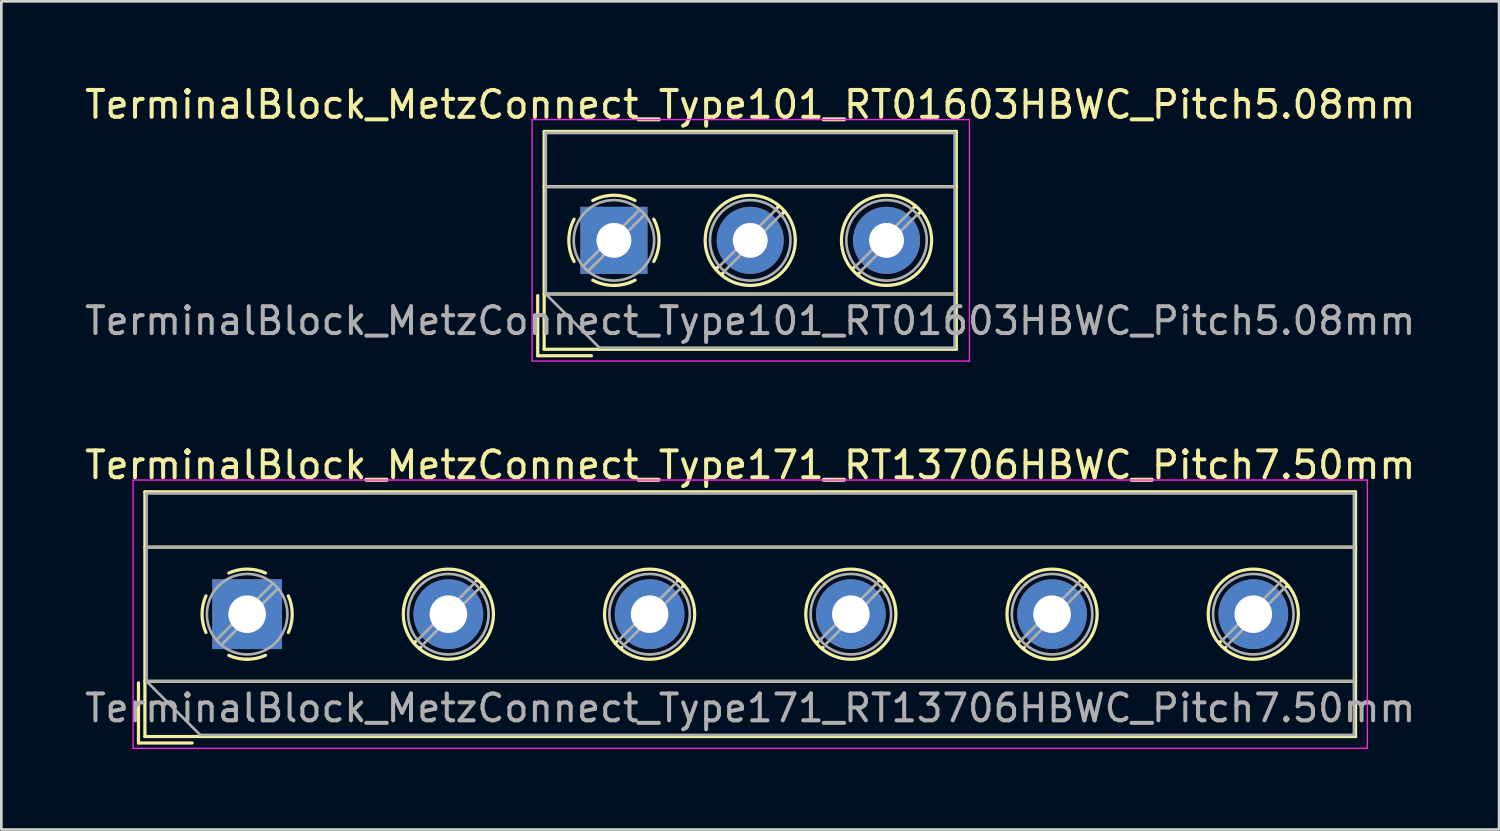
<source format=kicad_pcb>
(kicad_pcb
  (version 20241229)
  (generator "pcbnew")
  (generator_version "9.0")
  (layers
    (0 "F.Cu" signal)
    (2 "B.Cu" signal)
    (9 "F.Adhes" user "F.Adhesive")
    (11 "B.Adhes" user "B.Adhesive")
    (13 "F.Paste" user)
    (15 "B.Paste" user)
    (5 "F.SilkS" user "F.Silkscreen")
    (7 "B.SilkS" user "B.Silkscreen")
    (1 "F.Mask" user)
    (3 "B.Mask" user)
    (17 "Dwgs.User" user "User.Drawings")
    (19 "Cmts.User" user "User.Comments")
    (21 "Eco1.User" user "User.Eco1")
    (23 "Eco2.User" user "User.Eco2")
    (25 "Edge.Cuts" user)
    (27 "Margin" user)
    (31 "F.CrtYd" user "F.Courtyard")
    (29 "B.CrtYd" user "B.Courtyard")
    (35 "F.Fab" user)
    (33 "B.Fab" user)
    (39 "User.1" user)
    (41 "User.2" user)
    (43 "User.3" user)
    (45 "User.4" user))
  (footprint "TerminalBlock_MetzConnect_Type101_RT01603HBWC_Pitch5.08mm"
    (layer "F.Cu")
    (at 19.831 5.908)
    (property "Reference" "TerminalBlock_MetzConnect_Type101_RT01603HBWC_Pitch5.08mm" (at 5.08 -5.06 0) (layer "F.SilkS") (effects (font (size 1 1) (thickness 0.15))))
    (attr through_hole)
    (fp_line (start -2.84 2.06) (end -2.84 4.3) (stroke (width 0.12) (type solid)) (layer "F.SilkS"))
    (fp_line (start -2.84 4.3) (end -0.84 4.3) (stroke (width 0.12) (type solid)) (layer "F.SilkS"))
    (fp_line (start -2.6 -4.06) (end -2.6 4.06) (stroke (width 0.12) (type solid)) (layer "F.SilkS"))
    (fp_line (start -2.6 -2) (end 12.76 -2) (stroke (width 0.12) (type solid)) (layer "F.SilkS"))
    (fp_line (start -2.6 2) (end 12.76 2) (stroke (width 0.12) (type solid)) (layer "F.SilkS"))
    (fp_line (start -2.6 4.06) (end 12.76 4.06) (stroke (width 0.12) (type solid)) (layer "F.SilkS"))
    (fp_line (start 3.9 0.976) (end 3.806 1.069) (stroke (width 0.12) (type solid)) (layer "F.SilkS"))
    (fp_line (start 4.07 1.216) (end 4.011 1.274) (stroke (width 0.12) (type solid)) (layer "F.SilkS"))
    (fp_line (start 6.15 -1.275) (end 6.091 -1.216) (stroke (width 0.12) (type solid)) (layer "F.SilkS"))
    (fp_line (start 6.355 -1.069) (end 6.261 -0.976) (stroke (width 0.12) (type solid)) (layer "F.SilkS"))
    (fp_line (start 8.98 0.976) (end 8.886 1.069) (stroke (width 0.12) (type solid)) (layer "F.SilkS"))
    (fp_line (start 9.15 1.216) (end 9.091 1.274) (stroke (width 0.12) (type solid)) (layer "F.SilkS"))
    (fp_line (start 11.23 -1.275) (end 11.171 -1.216) (stroke (width 0.12) (type solid)) (layer "F.SilkS"))
    (fp_line (start 11.435 -1.069) (end 11.341 -0.976) (stroke (width 0.12) (type solid)) (layer "F.SilkS"))
    (fp_line (start 12.76 -4.06) (end -2.6 -4.06) (stroke (width 0.12) (type solid)) (layer "F.SilkS"))
    (fp_line (start 12.76 4.06) (end 12.76 -4.06) (stroke (width 0.12) (type solid)) (layer "F.SilkS"))
    (fp_arc (start -1.483953 0.789089) (mid -1.680708 0.00005) (end -1.484 -0.789) (stroke (width 0.12) (type solid)) (layer "F.SilkS"))
    (fp_arc (start -0.789089 -1.483953) (mid -0.00005 -1.680708) (end 0.789 -1.484) (stroke (width 0.12) (type solid)) (layer "F.SilkS"))
    (fp_arc (start 0.029383 1.68045) (mid -0.392304 1.634281) (end -0.789 1.484) (stroke (width 0.12) (type solid)) (layer "F.SilkS"))
    (fp_arc (start 0.788712 1.483352) (mid 0.406429 1.630097) (end 0 1.68) (stroke (width 0.12) (type solid)) (layer "F.SilkS"))
    (fp_arc (start 1.483953 -0.789089) (mid 1.680708 -0.00005) (end 1.484 0.789) (stroke (width 0.12) (type solid)) (layer "F.SilkS"))
    (fp_circle (center 5.08 0) (end 6.76 0) (stroke (width 0.12) (type solid)) (fill no) (layer "F.SilkS"))
    (fp_circle (center 10.16 0) (end 11.84 0) (stroke (width 0.12) (type solid)) (fill no) (layer "F.SilkS"))
    (fp_line (start -3.05 -4.5) (end -3.05 4.5) (stroke (width 0.05) (type solid)) (layer "F.CrtYd"))
    (fp_line (start -3.05 4.5) (end 13.25 4.5) (stroke (width 0.05) (type solid)) (layer "F.CrtYd"))
    (fp_line (start 13.25 -4.5) (end -3.05 -4.5) (stroke (width 0.05) (type solid)) (layer "F.CrtYd"))
    (fp_line (start 13.25 4.5) (end 13.25 -4.5) (stroke (width 0.05) (type solid)) (layer "F.CrtYd"))
    (fp_line (start -2.54 -4) (end 12.7 -4) (stroke (width 0.1) (type solid)) (layer "F.Fab"))
    (fp_line (start -2.54 -2) (end 12.7 -2) (stroke (width 0.1) (type solid)) (layer "F.Fab"))
    (fp_line (start -2.54 2) (end -2.54 -4) (stroke (width 0.1) (type solid)) (layer "F.Fab"))
    (fp_line (start -2.54 2) (end 12.7 2) (stroke (width 0.1) (type solid)) (layer "F.Fab"))
    (fp_line (start -0.54 4) (end -2.54 2) (stroke (width 0.1) (type solid)) (layer "F.Fab"))
    (fp_line (start 0.955 -1.138) (end -1.138 0.955) (stroke (width 0.1) (type solid)) (layer "F.Fab"))
    (fp_line (start 1.138 -0.955) (end -0.955 1.138) (stroke (width 0.1) (type solid)) (layer "F.Fab"))
    (fp_line (start 6.035 -1.138) (end 3.943 0.955) (stroke (width 0.1) (type solid)) (layer "F.Fab"))
    (fp_line (start 6.218 -0.955) (end 4.126 1.138) (stroke (width 0.1) (type solid)) (layer "F.Fab"))
    (fp_line (start 11.115 -1.138) (end 9.023 0.955) (stroke (width 0.1) (type solid)) (layer "F.Fab"))
    (fp_line (start 11.298 -0.955) (end 9.206 1.138) (stroke (width 0.1) (type solid)) (layer "F.Fab"))
    (fp_line (start 12.7 -4) (end 12.7 4) (stroke (width 0.1) (type solid)) (layer "F.Fab"))
    (fp_line (start 12.7 4) (end -0.54 4) (stroke (width 0.1) (type solid)) (layer "F.Fab"))
    (fp_circle (center 0 0) (end 1.5 0) (stroke (width 0.1) (type solid)) (fill no) (layer "F.Fab"))
    (fp_circle (center 5.08 0) (end 6.58 0) (stroke (width 0.1) (type solid)) (fill no) (layer "F.Fab"))
    (fp_circle (center 10.16 0) (end 11.66 0) (stroke (width 0.1) (type solid)) (fill no) (layer "F.Fab"))
    (fp_text user "${REFERENCE}" (at 5.08 3 0) (layer "F.Fab") (effects (font (size 1 1) (thickness 0.15))))
    (pad "1" thru_hole rect (at 0 0) (size 2.5 2.5) (drill 1.3) (layers "*.Cu" "*.Mask"))
    (pad "2" thru_hole circle (at 5.08 0) (size 2.5 2.5) (drill 1.3) (layers "*.Cu" "*.Mask"))
    (pad "3" thru_hole circle (at 10.16 0) (size 2.5 2.5) (drill 1.3) (layers "*.Cu" "*.Mask")))
  (footprint "TerminalBlock_MetzConnect_Type171_RT13706HBWC_Pitch7.50mm"
    (layer "F.Cu")
    (at 6.161 19.841)
    (property "Reference" "TerminalBlock_MetzConnect_Type171_RT13706HBWC_Pitch7.50mm" (at 18.75 -5.56 0) (layer "F.SilkS") (effects (font (size 1 1) (thickness 0.15))))
    (attr through_hole)
    (fp_line (start -4.05 2.56) (end -4.05 4.8) (stroke (width 0.12) (type solid)) (layer "F.SilkS"))
    (fp_line (start -4.05 4.8) (end -2.05 4.8) (stroke (width 0.12) (type solid)) (layer "F.SilkS"))
    (fp_line (start -3.81 -4.56) (end -3.81 4.56) (stroke (width 0.12) (type solid)) (layer "F.SilkS"))
    (fp_line (start -3.81 -2.5) (end 41.31 -2.5) (stroke (width 0.12) (type solid)) (layer "F.SilkS"))
    (fp_line (start -3.81 2.5) (end 41.31 2.5) (stroke (width 0.12) (type solid)) (layer "F.SilkS"))
    (fp_line (start -3.81 4.56) (end 41.31 4.56) (stroke (width 0.12) (type solid)) (layer "F.SilkS"))
    (fp_line (start 6.273 1.023) (end 6.226 1.069) (stroke (width 0.12) (type solid)) (layer "F.SilkS"))
    (fp_line (start 6.466 1.239) (end 6.431 1.274) (stroke (width 0.12) (type solid)) (layer "F.SilkS"))
    (fp_line (start 8.57 -1.275) (end 8.535 -1.239) (stroke (width 0.12) (type solid)) (layer "F.SilkS"))
    (fp_line (start 8.775 -1.069) (end 8.728 -1.023) (stroke (width 0.12) (type solid)) (layer "F.SilkS"))
    (fp_line (start 13.773 1.023) (end 13.726 1.069) (stroke (width 0.12) (type solid)) (layer "F.SilkS"))
    (fp_line (start 13.966 1.239) (end 13.931 1.274) (stroke (width 0.12) (type solid)) (layer "F.SilkS"))
    (fp_line (start 16.07 -1.275) (end 16.035 -1.239) (stroke (width 0.12) (type solid)) (layer "F.SilkS"))
    (fp_line (start 16.275 -1.069) (end 16.228 -1.023) (stroke (width 0.12) (type solid)) (layer "F.SilkS"))
    (fp_line (start 21.273 1.023) (end 21.226 1.069) (stroke (width 0.12) (type solid)) (layer "F.SilkS"))
    (fp_line (start 21.466 1.239) (end 21.431 1.274) (stroke (width 0.12) (type solid)) (layer "F.SilkS"))
    (fp_line (start 23.57 -1.275) (end 23.535 -1.239) (stroke (width 0.12) (type solid)) (layer "F.SilkS"))
    (fp_line (start 23.775 -1.069) (end 23.728 -1.023) (stroke (width 0.12) (type solid)) (layer "F.SilkS"))
    (fp_line (start 28.773 1.023) (end 28.726 1.069) (stroke (width 0.12) (type solid)) (layer "F.SilkS"))
    (fp_line (start 28.966 1.239) (end 28.931 1.274) (stroke (width 0.12) (type solid)) (layer "F.SilkS"))
    (fp_line (start 31.07 -1.275) (end 31.035 -1.239) (stroke (width 0.12) (type solid)) (layer "F.SilkS"))
    (fp_line (start 31.275 -1.069) (end 31.228 -1.023) (stroke (width 0.12) (type solid)) (layer "F.SilkS"))
    (fp_line (start 36.273 1.023) (end 36.226 1.069) (stroke (width 0.12) (type solid)) (layer "F.SilkS"))
    (fp_line (start 36.466 1.239) (end 36.431 1.274) (stroke (width 0.12) (type solid)) (layer "F.SilkS"))
    (fp_line (start 38.57 -1.275) (end 38.535 -1.239) (stroke (width 0.12) (type solid)) (layer "F.SilkS"))
    (fp_line (start 38.775 -1.069) (end 38.728 -1.023) (stroke (width 0.12) (type solid)) (layer "F.SilkS"))
    (fp_line (start 41.31 -4.56) (end -3.81 -4.56) (stroke (width 0.12) (type solid)) (layer "F.SilkS"))
    (fp_line (start 41.31 4.56) (end 41.31 -4.56) (stroke (width 0.12) (type solid)) (layer "F.SilkS"))
    (fp_arc (start -1.535427 0.683042) (mid -1.680501 -0.000524) (end -1.535 -0.684) (stroke (width 0.12) (type solid)) (layer "F.SilkS"))
    (fp_arc (start -0.683042 -1.535427) (mid 0.000524 -1.680501) (end 0.684 -1.535) (stroke (width 0.12) (type solid)) (layer "F.SilkS"))
    (fp_arc (start 0.028805 1.680253) (mid -0.335551 1.646659) (end -0.684 1.535) (stroke (width 0.12) (type solid)) (layer "F.SilkS"))
    (fp_arc (start 0.683318 1.534756) (mid 0.349292 1.643288) (end 0 1.68) (stroke (width 0.12) (type solid)) (layer "F.SilkS"))
    (fp_arc (start 1.535427 -0.683042) (mid 1.680501 0.000524) (end 1.535 0.684) (stroke (width 0.12) (type solid)) (layer "F.SilkS"))
    (fp_circle (center 7.5 0) (end 9.18 0) (stroke (width 0.12) (type solid)) (fill no) (layer "F.SilkS"))
    (fp_circle (center 15 0) (end 16.68 0) (stroke (width 0.12) (type solid)) (fill no) (layer "F.SilkS"))
    (fp_circle (center 22.5 0) (end 24.18 0) (stroke (width 0.12) (type solid)) (fill no) (layer "F.SilkS"))
    (fp_circle (center 30 0) (end 31.68 0) (stroke (width 0.12) (type solid)) (fill no) (layer "F.SilkS"))
    (fp_circle (center 37.5 0) (end 39.18 0) (stroke (width 0.12) (type solid)) (fill no) (layer "F.SilkS"))
    (fp_line (start -4.25 -5) (end -4.25 5) (stroke (width 0.05) (type solid)) (layer "F.CrtYd"))
    (fp_line (start -4.25 5) (end 41.75 5) (stroke (width 0.05) (type solid)) (layer "F.CrtYd"))
    (fp_line (start 41.75 -5) (end -4.25 -5) (stroke (width 0.05) (type solid)) (layer "F.CrtYd"))
    (fp_line (start 41.75 5) (end 41.75 -5) (stroke (width 0.05) (type solid)) (layer "F.CrtYd"))
    (fp_line (start -3.75 -4.5) (end 41.25 -4.5) (stroke (width 0.1) (type solid)) (layer "F.Fab"))
    (fp_line (start -3.75 -2.5) (end 41.25 -2.5) (stroke (width 0.1) (type solid)) (layer "F.Fab"))
    (fp_line (start -3.75 2.5) (end -3.75 -4.5) (stroke (width 0.1) (type solid)) (layer "F.Fab"))
    (fp_line (start -3.75 2.5) (end 41.25 2.5) (stroke (width 0.1) (type solid)) (layer "F.Fab"))
    (fp_line (start -1.75 4.5) (end -3.75 2.5) (stroke (width 0.1) (type solid)) (layer "F.Fab"))
    (fp_line (start 0.955 -1.138) (end -1.138 0.955) (stroke (width 0.1) (type solid)) (layer "F.Fab"))
    (fp_line (start 1.138 -0.955) (end -0.955 1.138) (stroke (width 0.1) (type solid)) (layer "F.Fab"))
    (fp_line (start 8.455 -1.138) (end 6.363 0.955) (stroke (width 0.1) (type solid)) (layer "F.Fab"))
    (fp_line (start 8.638 -0.955) (end 6.546 1.138) (stroke (width 0.1) (type solid)) (layer "F.Fab"))
    (fp_line (start 15.955 -1.138) (end 13.863 0.955) (stroke (width 0.1) (type solid)) (layer "F.Fab"))
    (fp_line (start 16.138 -0.955) (end 14.046 1.138) (stroke (width 0.1) (type solid)) (layer "F.Fab"))
    (fp_line (start 23.455 -1.138) (end 21.363 0.955) (stroke (width 0.1) (type solid)) (layer "F.Fab"))
    (fp_line (start 23.638 -0.955) (end 21.546 1.138) (stroke (width 0.1) (type solid)) (layer "F.Fab"))
    (fp_line (start 30.955 -1.138) (end 28.863 0.955) (stroke (width 0.1) (type solid)) (layer "F.Fab"))
    (fp_line (start 31.138 -0.955) (end 29.046 1.138) (stroke (width 0.1) (type solid)) (layer "F.Fab"))
    (fp_line (start 38.455 -1.138) (end 36.363 0.955) (stroke (width 0.1) (type solid)) (layer "F.Fab"))
    (fp_line (start 38.638 -0.955) (end 36.546 1.138) (stroke (width 0.1) (type solid)) (layer "F.Fab"))
    (fp_line (start 41.25 -4.5) (end 41.25 4.5) (stroke (width 0.1) (type solid)) (layer "F.Fab"))
    (fp_line (start 41.25 4.5) (end -1.75 4.5) (stroke (width 0.1) (type solid)) (layer "F.Fab"))
    (fp_circle (center 0 0) (end 1.5 0) (stroke (width 0.1) (type solid)) (fill no) (layer "F.Fab"))
    (fp_circle (center 7.5 0) (end 9 0) (stroke (width 0.1) (type solid)) (fill no) (layer "F.Fab"))
    (fp_circle (center 15 0) (end 16.5 0) (stroke (width 0.1) (type solid)) (fill no) (layer "F.Fab"))
    (fp_circle (center 22.5 0) (end 24 0) (stroke (width 0.1) (type solid)) (fill no) (layer "F.Fab"))
    (fp_circle (center 30 0) (end 31.5 0) (stroke (width 0.1) (type solid)) (fill no) (layer "F.Fab"))
    (fp_circle (center 37.5 0) (end 39 0) (stroke (width 0.1) (type solid)) (fill no) (layer "F.Fab"))
    (fp_text user "${REFERENCE}" (at 18.75 3.5 0) (layer "F.Fab") (effects (font (size 1 1) (thickness 0.15))))
    (pad "1" thru_hole rect (at 0 0) (size 2.6 2.6) (drill 1.4) (layers "*.Cu" "*.Mask"))
    (pad "2" thru_hole circle (at 7.5 0) (size 2.6 2.6) (drill 1.4) (layers "*.Cu" "*.Mask"))
    (pad "3" thru_hole circle (at 15 0) (size 2.6 2.6) (drill 1.4) (layers "*.Cu" "*.Mask"))
    (pad "4" thru_hole circle (at 22.5 0) (size 2.6 2.6) (drill 1.4) (layers "*.Cu" "*.Mask"))
    (pad "5" thru_hole circle (at 30 0) (size 2.6 2.6) (drill 1.4) (layers "*.Cu" "*.Mask"))
    (pad "6" thru_hole circle (at 37.5 0) (size 2.6 2.6) (drill 1.4) (layers "*.Cu" "*.Mask")))
  (gr_rect
    (start -3 -3)
    (end 52.821 27.866)
    (stroke (width 0.1) (type default))
    (fill no)
    (layer "Edge.Cuts")))
</source>
